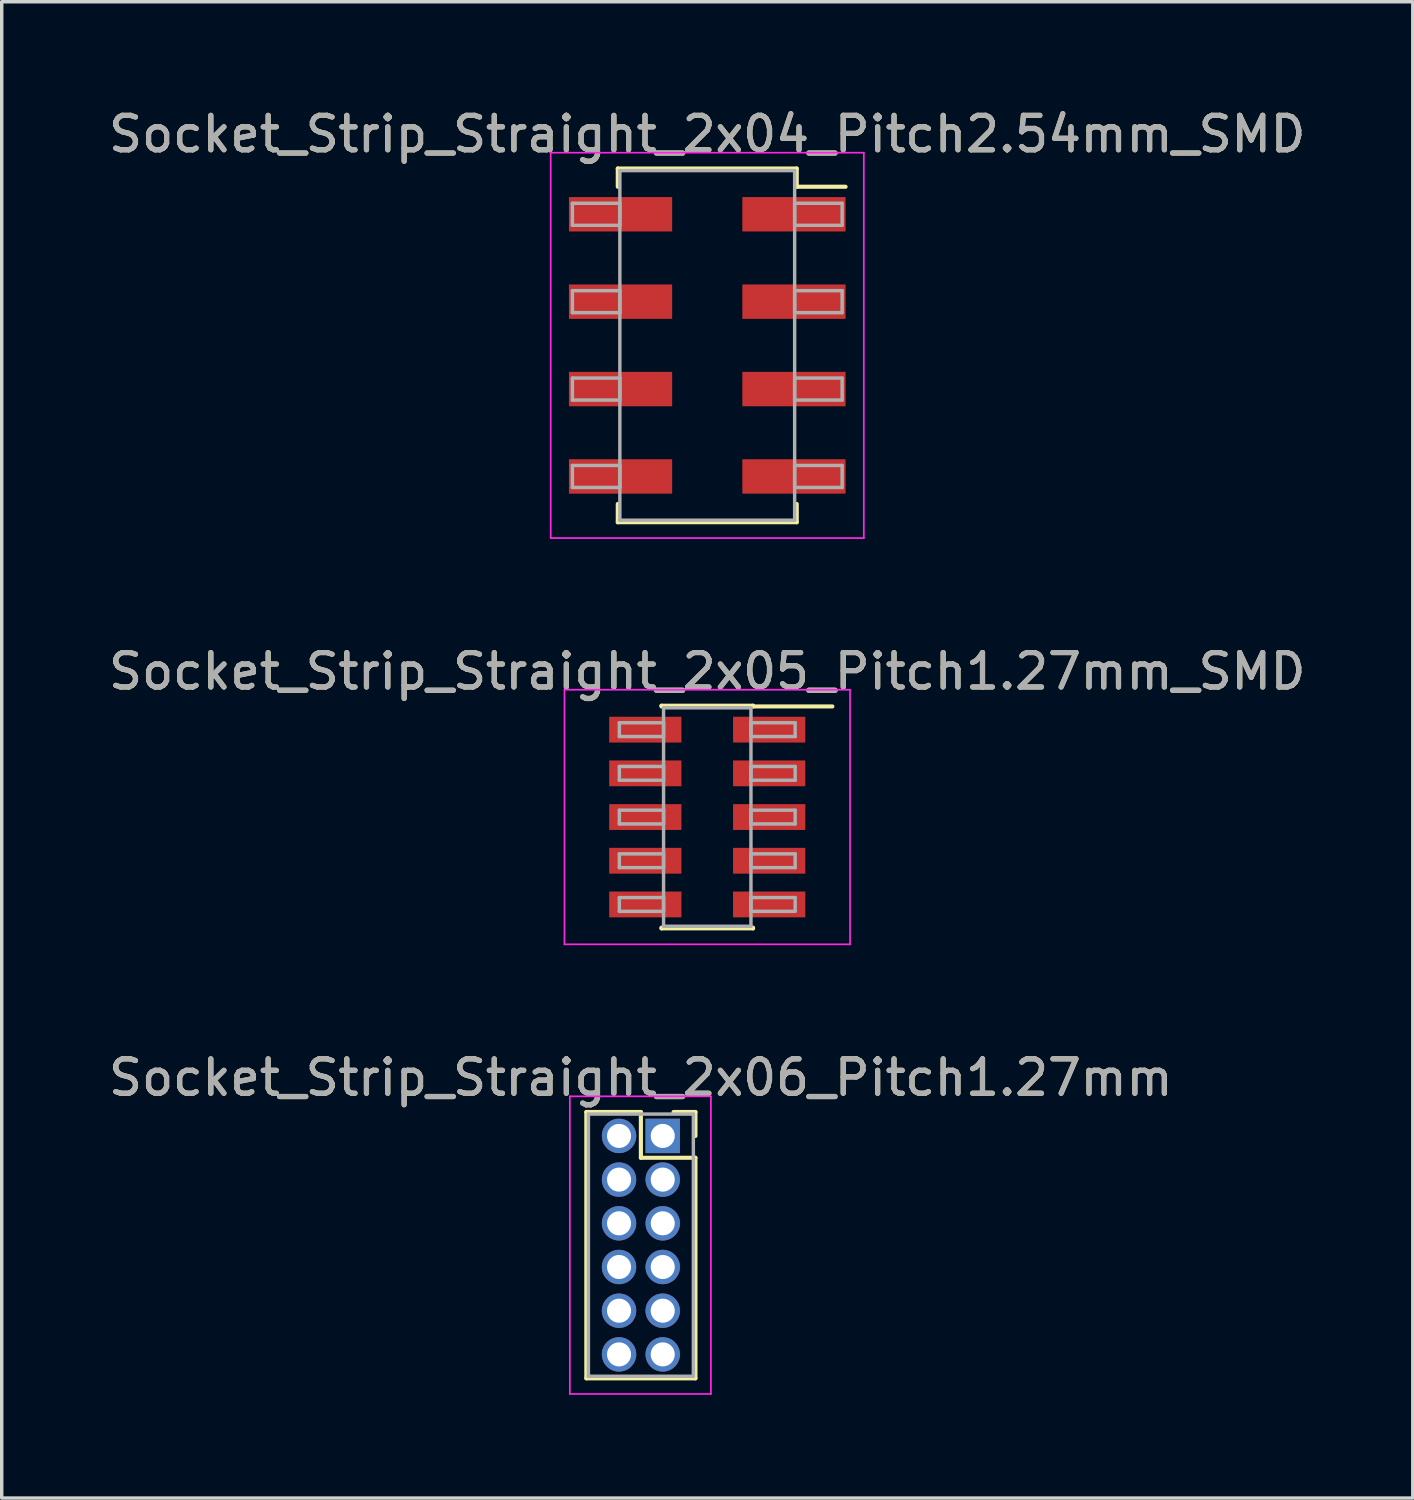
<source format=kicad_pcb>
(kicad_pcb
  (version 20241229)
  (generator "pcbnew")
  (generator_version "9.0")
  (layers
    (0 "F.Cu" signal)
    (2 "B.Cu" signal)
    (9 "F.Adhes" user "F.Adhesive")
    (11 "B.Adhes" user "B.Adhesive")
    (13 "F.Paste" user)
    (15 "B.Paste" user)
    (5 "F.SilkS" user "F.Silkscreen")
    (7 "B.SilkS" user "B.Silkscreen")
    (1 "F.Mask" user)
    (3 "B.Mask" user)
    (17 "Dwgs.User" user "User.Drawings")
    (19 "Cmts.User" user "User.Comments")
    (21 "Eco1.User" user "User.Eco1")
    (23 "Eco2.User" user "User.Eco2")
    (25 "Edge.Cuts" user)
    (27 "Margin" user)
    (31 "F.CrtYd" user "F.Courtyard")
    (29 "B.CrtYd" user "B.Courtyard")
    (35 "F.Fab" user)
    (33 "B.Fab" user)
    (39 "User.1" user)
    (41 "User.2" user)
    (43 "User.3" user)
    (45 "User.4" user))
  (footprint "Socket_Strip_Straight_2x05_Pitch1.27mm_SMD"
    (layer "F.Cu")
    (at 17.506 20.697)
    (property "Reference" "Socket_Strip_Straight_2x05_Pitch1.27mm_SMD" (at 0 -4.235 0) (layer "F.SilkS") (effects (font (size 1 1) (thickness 0.15))))
    (attr smd)
    (fp_line (start -1.33 -3.235) (end 1.33 -3.235) (stroke (width 0.12) (type solid)) (layer "F.SilkS"))
    (fp_line (start -1.33 -3.215) (end -1.33 -3.235) (stroke (width 0.12) (type solid)) (layer "F.SilkS"))
    (fp_line (start -1.33 3.215) (end -1.33 3.235) (stroke (width 0.12) (type solid)) (layer "F.SilkS"))
    (fp_line (start -1.33 3.235) (end 1.33 3.235) (stroke (width 0.12) (type solid)) (layer "F.SilkS"))
    (fp_line (start 1.33 -3.235) (end 1.33 -3.215) (stroke (width 0.12) (type solid)) (layer "F.SilkS"))
    (fp_line (start 1.33 3.235) (end 1.33 3.215) (stroke (width 0.12) (type solid)) (layer "F.SilkS"))
    (fp_line (start 3.635 -3.215) (end 1.33 -3.215) (stroke (width 0.12) (type solid)) (layer "F.SilkS"))
    (fp_line (start -4.15 -3.7) (end -4.15 3.7) (stroke (width 0.05) (type solid)) (layer "F.CrtYd"))
    (fp_line (start -4.15 3.7) (end 4.15 3.7) (stroke (width 0.05) (type solid)) (layer "F.CrtYd"))
    (fp_line (start 4.15 -3.7) (end -4.15 -3.7) (stroke (width 0.05) (type solid)) (layer "F.CrtYd"))
    (fp_line (start 4.15 3.7) (end 4.15 -3.7) (stroke (width 0.05) (type solid)) (layer "F.CrtYd"))
    (fp_line (start -2.555 -2.74) (end -1.27 -2.74) (stroke (width 0.1) (type solid)) (layer "F.Fab"))
    (fp_line (start -2.555 -2.34) (end -2.555 -2.74) (stroke (width 0.1) (type solid)) (layer "F.Fab"))
    (fp_line (start -2.555 -1.47) (end -1.27 -1.47) (stroke (width 0.1) (type solid)) (layer "F.Fab"))
    (fp_line (start -2.555 -1.07) (end -2.555 -1.47) (stroke (width 0.1) (type solid)) (layer "F.Fab"))
    (fp_line (start -2.555 -0.2) (end -1.27 -0.2) (stroke (width 0.1) (type solid)) (layer "F.Fab"))
    (fp_line (start -2.555 0.2) (end -2.555 -0.2) (stroke (width 0.1) (type solid)) (layer "F.Fab"))
    (fp_line (start -2.555 1.07) (end -1.27 1.07) (stroke (width 0.1) (type solid)) (layer "F.Fab"))
    (fp_line (start -2.555 1.47) (end -2.555 1.07) (stroke (width 0.1) (type solid)) (layer "F.Fab"))
    (fp_line (start -2.555 2.34) (end -1.27 2.34) (stroke (width 0.1) (type solid)) (layer "F.Fab"))
    (fp_line (start -2.555 2.74) (end -2.555 2.34) (stroke (width 0.1) (type solid)) (layer "F.Fab"))
    (fp_line (start -1.27 -3.175) (end -1.27 3.175) (stroke (width 0.1) (type solid)) (layer "F.Fab"))
    (fp_line (start -1.27 -2.74) (end -1.27 -2.34) (stroke (width 0.1) (type solid)) (layer "F.Fab"))
    (fp_line (start -1.27 -2.34) (end -2.555 -2.34) (stroke (width 0.1) (type solid)) (layer "F.Fab"))
    (fp_line (start -1.27 -1.47) (end -1.27 -1.07) (stroke (width 0.1) (type solid)) (layer "F.Fab"))
    (fp_line (start -1.27 -1.07) (end -2.555 -1.07) (stroke (width 0.1) (type solid)) (layer "F.Fab"))
    (fp_line (start -1.27 -0.2) (end -1.27 0.2) (stroke (width 0.1) (type solid)) (layer "F.Fab"))
    (fp_line (start -1.27 0.2) (end -2.555 0.2) (stroke (width 0.1) (type solid)) (layer "F.Fab"))
    (fp_line (start -1.27 1.07) (end -1.27 1.47) (stroke (width 0.1) (type solid)) (layer "F.Fab"))
    (fp_line (start -1.27 1.47) (end -2.555 1.47) (stroke (width 0.1) (type solid)) (layer "F.Fab"))
    (fp_line (start -1.27 2.34) (end -1.27 2.74) (stroke (width 0.1) (type solid)) (layer "F.Fab"))
    (fp_line (start -1.27 2.74) (end -2.555 2.74) (stroke (width 0.1) (type solid)) (layer "F.Fab"))
    (fp_line (start -1.27 3.175) (end 1.27 3.175) (stroke (width 0.1) (type solid)) (layer "F.Fab"))
    (fp_line (start 1.27 -3.175) (end -1.27 -3.175) (stroke (width 0.1) (type solid)) (layer "F.Fab"))
    (fp_line (start 1.27 -2.74) (end 1.27 -2.34) (stroke (width 0.1) (type solid)) (layer "F.Fab"))
    (fp_line (start 1.27 -2.34) (end 2.555 -2.34) (stroke (width 0.1) (type solid)) (layer "F.Fab"))
    (fp_line (start 1.27 -1.47) (end 1.27 -1.07) (stroke (width 0.1) (type solid)) (layer "F.Fab"))
    (fp_line (start 1.27 -1.07) (end 2.555 -1.07) (stroke (width 0.1) (type solid)) (layer "F.Fab"))
    (fp_line (start 1.27 -0.2) (end 1.27 0.2) (stroke (width 0.1) (type solid)) (layer "F.Fab"))
    (fp_line (start 1.27 0.2) (end 2.555 0.2) (stroke (width 0.1) (type solid)) (layer "F.Fab"))
    (fp_line (start 1.27 1.07) (end 1.27 1.47) (stroke (width 0.1) (type solid)) (layer "F.Fab"))
    (fp_line (start 1.27 1.47) (end 2.555 1.47) (stroke (width 0.1) (type solid)) (layer "F.Fab"))
    (fp_line (start 1.27 2.34) (end 1.27 2.74) (stroke (width 0.1) (type solid)) (layer "F.Fab"))
    (fp_line (start 1.27 2.74) (end 2.555 2.74) (stroke (width 0.1) (type solid)) (layer "F.Fab"))
    (fp_line (start 1.27 3.175) (end 1.27 -3.175) (stroke (width 0.1) (type solid)) (layer "F.Fab"))
    (fp_line (start 2.555 -2.74) (end 1.27 -2.74) (stroke (width 0.1) (type solid)) (layer "F.Fab"))
    (fp_line (start 2.555 -2.34) (end 2.555 -2.74) (stroke (width 0.1) (type solid)) (layer "F.Fab"))
    (fp_line (start 2.555 -1.47) (end 1.27 -1.47) (stroke (width 0.1) (type solid)) (layer "F.Fab"))
    (fp_line (start 2.555 -1.07) (end 2.555 -1.47) (stroke (width 0.1) (type solid)) (layer "F.Fab"))
    (fp_line (start 2.555 -0.2) (end 1.27 -0.2) (stroke (width 0.1) (type solid)) (layer "F.Fab"))
    (fp_line (start 2.555 0.2) (end 2.555 -0.2) (stroke (width 0.1) (type solid)) (layer "F.Fab"))
    (fp_line (start 2.555 1.07) (end 1.27 1.07) (stroke (width 0.1) (type solid)) (layer "F.Fab"))
    (fp_line (start 2.555 1.47) (end 2.555 1.07) (stroke (width 0.1) (type solid)) (layer "F.Fab"))
    (fp_line (start 2.555 2.34) (end 1.27 2.34) (stroke (width 0.1) (type solid)) (layer "F.Fab"))
    (fp_line (start 2.555 2.74) (end 2.555 2.34) (stroke (width 0.1) (type solid)) (layer "F.Fab"))
    (fp_text user "${REFERENCE}" (at 0 -4.235 0) (layer "F.Fab") (effects (font (size 1 1) (thickness 0.15))))
    (pad "1" smd rect (at 1.8 -2.54) (size 2.1 0.75) (layers "F.Cu" "F.Mask" "F.Paste"))
    (pad "2" smd rect (at -1.8 -2.54) (size 2.1 0.75) (layers "F.Cu" "F.Mask" "F.Paste"))
    (pad "3" smd rect (at 1.8 -1.27) (size 2.1 0.75) (layers "F.Cu" "F.Mask" "F.Paste"))
    (pad "4" smd rect (at -1.8 -1.27) (size 2.1 0.75) (layers "F.Cu" "F.Mask" "F.Paste"))
    (pad "5" smd rect (at 1.8 0) (size 2.1 0.75) (layers "F.Cu" "F.Mask" "F.Paste"))
    (pad "6" smd rect (at -1.8 0) (size 2.1 0.75) (layers "F.Cu" "F.Mask" "F.Paste"))
    (pad "7" smd rect (at 1.8 1.27) (size 2.1 0.75) (layers "F.Cu" "F.Mask" "F.Paste"))
    (pad "8" smd rect (at -1.8 1.27) (size 2.1 0.75) (layers "F.Cu" "F.Mask" "F.Paste"))
    (pad "9" smd rect (at 1.8 2.54) (size 2.1 0.75) (layers "F.Cu" "F.Mask" "F.Paste"))
    (pad "10" smd rect (at -1.8 2.54) (size 2.1 0.75) (layers "F.Cu" "F.Mask" "F.Paste")))
  (footprint "Socket_Strip_Straight_2x04_Pitch2.54mm_SMD"
    (layer "F.Cu")
    (at 17.506 6.988)
    (property "Reference" "Socket_Strip_Straight_2x04_Pitch2.54mm_SMD" (at 0 -6.14 0) (layer "F.SilkS") (effects (font (size 1 1) (thickness 0.15))))
    (attr smd)
    (fp_line (start -2.6 -5.14) (end 2.6 -5.14) (stroke (width 0.12) (type solid)) (layer "F.SilkS"))
    (fp_line (start -2.6 -4.61) (end -2.6 -5.14) (stroke (width 0.12) (type solid)) (layer "F.SilkS"))
    (fp_line (start -2.6 4.61) (end -2.6 5.14) (stroke (width 0.12) (type solid)) (layer "F.SilkS"))
    (fp_line (start -2.6 5.14) (end 2.6 5.14) (stroke (width 0.12) (type solid)) (layer "F.SilkS"))
    (fp_line (start 2.6 -5.14) (end 2.6 -4.61) (stroke (width 0.12) (type solid)) (layer "F.SilkS"))
    (fp_line (start 2.6 5.14) (end 2.6 4.61) (stroke (width 0.12) (type solid)) (layer "F.SilkS"))
    (fp_line (start 4.02 -4.61) (end 2.6 -4.61) (stroke (width 0.12) (type solid)) (layer "F.SilkS"))
    (fp_line (start -4.55 -5.6) (end -4.55 5.6) (stroke (width 0.05) (type solid)) (layer "F.CrtYd"))
    (fp_line (start -4.55 5.6) (end 4.55 5.6) (stroke (width 0.05) (type solid)) (layer "F.CrtYd"))
    (fp_line (start 4.55 -5.6) (end -4.55 -5.6) (stroke (width 0.05) (type solid)) (layer "F.CrtYd"))
    (fp_line (start 4.55 5.6) (end 4.55 -5.6) (stroke (width 0.05) (type solid)) (layer "F.CrtYd"))
    (fp_line (start -3.92 -4.13) (end -2.54 -4.13) (stroke (width 0.1) (type solid)) (layer "F.Fab"))
    (fp_line (start -3.92 -3.49) (end -3.92 -4.13) (stroke (width 0.1) (type solid)) (layer "F.Fab"))
    (fp_line (start -3.92 -1.59) (end -2.54 -1.59) (stroke (width 0.1) (type solid)) (layer "F.Fab"))
    (fp_line (start -3.92 -0.95) (end -3.92 -1.59) (stroke (width 0.1) (type solid)) (layer "F.Fab"))
    (fp_line (start -3.92 0.95) (end -2.54 0.95) (stroke (width 0.1) (type solid)) (layer "F.Fab"))
    (fp_line (start -3.92 1.59) (end -3.92 0.95) (stroke (width 0.1) (type solid)) (layer "F.Fab"))
    (fp_line (start -3.92 3.49) (end -2.54 3.49) (stroke (width 0.1) (type solid)) (layer "F.Fab"))
    (fp_line (start -3.92 4.13) (end -3.92 3.49) (stroke (width 0.1) (type solid)) (layer "F.Fab"))
    (fp_line (start -2.54 -5.08) (end -2.54 5.08) (stroke (width 0.1) (type solid)) (layer "F.Fab"))
    (fp_line (start -2.54 -4.13) (end -2.54 -3.49) (stroke (width 0.1) (type solid)) (layer "F.Fab"))
    (fp_line (start -2.54 -3.49) (end -3.92 -3.49) (stroke (width 0.1) (type solid)) (layer "F.Fab"))
    (fp_line (start -2.54 -1.59) (end -2.54 -0.95) (stroke (width 0.1) (type solid)) (layer "F.Fab"))
    (fp_line (start -2.54 -0.95) (end -3.92 -0.95) (stroke (width 0.1) (type solid)) (layer "F.Fab"))
    (fp_line (start -2.54 0.95) (end -2.54 1.59) (stroke (width 0.1) (type solid)) (layer "F.Fab"))
    (fp_line (start -2.54 1.59) (end -3.92 1.59) (stroke (width 0.1) (type solid)) (layer "F.Fab"))
    (fp_line (start -2.54 3.49) (end -2.54 4.13) (stroke (width 0.1) (type solid)) (layer "F.Fab"))
    (fp_line (start -2.54 4.13) (end -3.92 4.13) (stroke (width 0.1) (type solid)) (layer "F.Fab"))
    (fp_line (start -2.54 5.08) (end 2.54 5.08) (stroke (width 0.1) (type solid)) (layer "F.Fab"))
    (fp_line (start 2.54 -5.08) (end -2.54 -5.08) (stroke (width 0.1) (type solid)) (layer "F.Fab"))
    (fp_line (start 2.54 -4.13) (end 2.54 -3.49) (stroke (width 0.1) (type solid)) (layer "F.Fab"))
    (fp_line (start 2.54 -3.49) (end 3.92 -3.49) (stroke (width 0.1) (type solid)) (layer "F.Fab"))
    (fp_line (start 2.54 -1.59) (end 2.54 -0.95) (stroke (width 0.1) (type solid)) (layer "F.Fab"))
    (fp_line (start 2.54 -0.95) (end 3.92 -0.95) (stroke (width 0.1) (type solid)) (layer "F.Fab"))
    (fp_line (start 2.54 0.95) (end 2.54 1.59) (stroke (width 0.1) (type solid)) (layer "F.Fab"))
    (fp_line (start 2.54 1.59) (end 3.92 1.59) (stroke (width 0.1) (type solid)) (layer "F.Fab"))
    (fp_line (start 2.54 3.49) (end 2.54 4.13) (stroke (width 0.1) (type solid)) (layer "F.Fab"))
    (fp_line (start 2.54 4.13) (end 3.92 4.13) (stroke (width 0.1) (type solid)) (layer "F.Fab"))
    (fp_line (start 2.54 5.08) (end 2.54 -5.08) (stroke (width 0.1) (type solid)) (layer "F.Fab"))
    (fp_line (start 3.92 -4.13) (end 2.54 -4.13) (stroke (width 0.1) (type solid)) (layer "F.Fab"))
    (fp_line (start 3.92 -3.49) (end 3.92 -4.13) (stroke (width 0.1) (type solid)) (layer "F.Fab"))
    (fp_line (start 3.92 -1.59) (end 2.54 -1.59) (stroke (width 0.1) (type solid)) (layer "F.Fab"))
    (fp_line (start 3.92 -0.95) (end 3.92 -1.59) (stroke (width 0.1) (type solid)) (layer "F.Fab"))
    (fp_line (start 3.92 0.95) (end 2.54 0.95) (stroke (width 0.1) (type solid)) (layer "F.Fab"))
    (fp_line (start 3.92 1.59) (end 3.92 0.95) (stroke (width 0.1) (type solid)) (layer "F.Fab"))
    (fp_line (start 3.92 3.49) (end 2.54 3.49) (stroke (width 0.1) (type solid)) (layer "F.Fab"))
    (fp_line (start 3.92 4.13) (end 3.92 3.49) (stroke (width 0.1) (type solid)) (layer "F.Fab"))
    (fp_text user "${REFERENCE}" (at 0 -6.14 0) (layer "F.Fab") (effects (font (size 1 1) (thickness 0.15))))
    (pad "1" smd rect (at 2.52 -3.81) (size 3 1) (layers "F.Cu" "F.Mask" "F.Paste"))
    (pad "2" smd rect (at -2.52 -3.81) (size 3 1) (layers "F.Cu" "F.Mask" "F.Paste"))
    (pad "3" smd rect (at 2.52 -1.27) (size 3 1) (layers "F.Cu" "F.Mask" "F.Paste"))
    (pad "4" smd rect (at -2.52 -1.27) (size 3 1) (layers "F.Cu" "F.Mask" "F.Paste"))
    (pad "5" smd rect (at 2.52 1.27) (size 3 1) (layers "F.Cu" "F.Mask" "F.Paste"))
    (pad "6" smd rect (at -2.52 1.27) (size 3 1) (layers "F.Cu" "F.Mask" "F.Paste"))
    (pad "7" smd rect (at 2.52 3.81) (size 3 1) (layers "F.Cu" "F.Mask" "F.Paste"))
    (pad "8" smd rect (at -2.52 3.81) (size 3 1) (layers "F.Cu" "F.Mask" "F.Paste")))
  (footprint "Socket_Strip_Straight_2x06_Pitch1.27mm"
    (layer "F.Cu")
    (at 16.212 29.965)
    (property "Reference" "Socket_Strip_Straight_2x06_Pitch1.27mm" (at -0.635 -1.695 0) (layer "F.SilkS") (effects (font (size 1 1) (thickness 0.15))))
    (attr through_hole)
    (fp_line (start -2.22 -0.695) (end -0.635 -0.695) (stroke (width 0.12) (type solid)) (layer "F.SilkS"))
    (fp_line (start -2.22 7.045) (end -2.22 -0.695) (stroke (width 0.12) (type solid)) (layer "F.SilkS"))
    (fp_line (start -0.635 -0.695) (end -0.635 0.635) (stroke (width 0.12) (type solid)) (layer "F.SilkS"))
    (fp_line (start -0.635 0.635) (end 0.95 0.635) (stroke (width 0.12) (type solid)) (layer "F.SilkS"))
    (fp_line (start 0.95 -0.695) (end 0.315 -0.695) (stroke (width 0.12) (type solid)) (layer "F.SilkS"))
    (fp_line (start 0.95 0) (end 0.95 -0.695) (stroke (width 0.12) (type solid)) (layer "F.SilkS"))
    (fp_line (start 0.95 0.635) (end 0.95 7.045) (stroke (width 0.12) (type solid)) (layer "F.SilkS"))
    (fp_line (start 0.95 7.045) (end -2.22 7.045) (stroke (width 0.12) (type solid)) (layer "F.SilkS"))
    (fp_line (start -2.7 -1.15) (end -2.7 7.5) (stroke (width 0.05) (type solid)) (layer "F.CrtYd"))
    (fp_line (start -2.7 7.5) (end 1.4 7.5) (stroke (width 0.05) (type solid)) (layer "F.CrtYd"))
    (fp_line (start 1.4 -1.15) (end -2.7 -1.15) (stroke (width 0.05) (type solid)) (layer "F.CrtYd"))
    (fp_line (start 1.4 7.5) (end 1.4 -1.15) (stroke (width 0.05) (type solid)) (layer "F.CrtYd"))
    (fp_line (start -2.16 -0.635) (end -2.16 6.985) (stroke (width 0.1) (type solid)) (layer "F.Fab"))
    (fp_line (start -2.16 6.985) (end 0.89 6.985) (stroke (width 0.1) (type solid)) (layer "F.Fab"))
    (fp_line (start 0.89 -0.635) (end -2.16 -0.635) (stroke (width 0.1) (type solid)) (layer "F.Fab"))
    (fp_line (start 0.89 6.985) (end 0.89 -0.635) (stroke (width 0.1) (type solid)) (layer "F.Fab"))
    (fp_text user "${REFERENCE}" (at -0.635 -1.695 0) (layer "F.Fab") (effects (font (size 1 1) (thickness 0.15))))
    (pad "1" thru_hole rect (at 0 0) (size 1 1) (drill 0.7) (layers "*.Cu" "*.Mask"))
    (pad "2" thru_hole oval (at -1.27 0) (size 1 1) (drill 0.7) (layers "*.Cu" "*.Mask"))
    (pad "3" thru_hole oval (at 0 1.27) (size 1 1) (drill 0.7) (layers "*.Cu" "*.Mask"))
    (pad "4" thru_hole oval (at -1.27 1.27) (size 1 1) (drill 0.7) (layers "*.Cu" "*.Mask"))
    (pad "5" thru_hole oval (at 0 2.54) (size 1 1) (drill 0.7) (layers "*.Cu" "*.Mask"))
    (pad "6" thru_hole oval (at -1.27 2.54) (size 1 1) (drill 0.7) (layers "*.Cu" "*.Mask"))
    (pad "7" thru_hole oval (at 0 3.81) (size 1 1) (drill 0.7) (layers "*.Cu" "*.Mask"))
    (pad "8" thru_hole oval (at -1.27 3.81) (size 1 1) (drill 0.7) (layers "*.Cu" "*.Mask"))
    (pad "9" thru_hole oval (at 0 5.08) (size 1 1) (drill 0.7) (layers "*.Cu" "*.Mask"))
    (pad "10" thru_hole oval (at -1.27 5.08) (size 1 1) (drill 0.7) (layers "*.Cu" "*.Mask"))
    (pad "11" thru_hole oval (at 0 6.35) (size 1 1) (drill 0.7) (layers "*.Cu" "*.Mask"))
    (pad "12" thru_hole oval (at -1.27 6.35) (size 1 1) (drill 0.7) (layers "*.Cu" "*.Mask")))
  (gr_rect
    (start -3 -3)
    (end 38.012 40.49)
    (stroke (width 0.1) (type default))
    (fill no)
    (layer "Edge.Cuts")))
</source>
